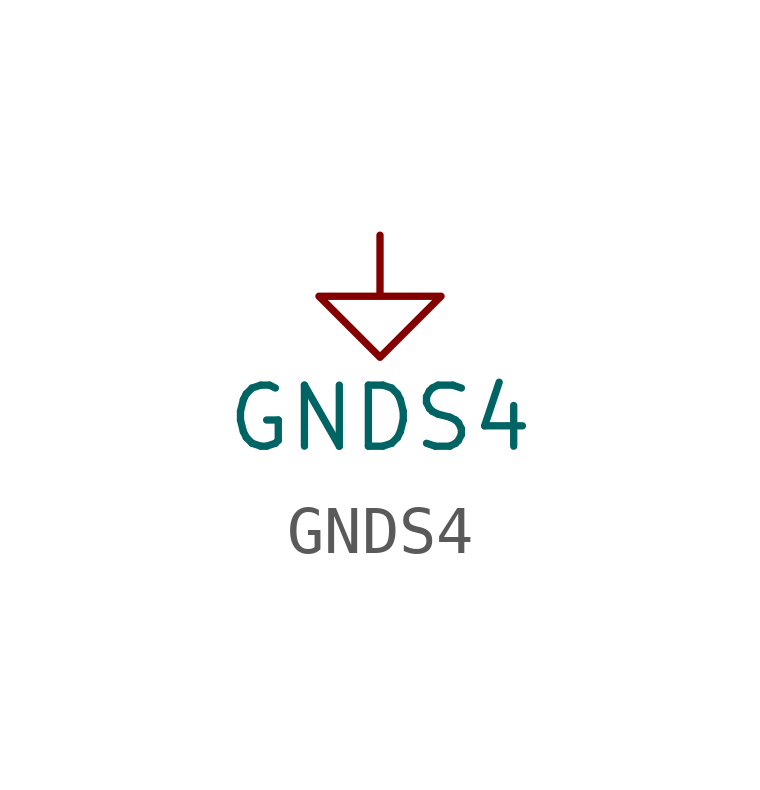
<source format=kicad_sym>
(kicad_symbol_lib
  (version 20220914)
  (generator kicad_symbol_editor)
  (symbol "GNDS4"
    (power)
    (pin_names
      (offset 0))
    (property "Reference" "#PWR"
      (at 0 -6.35 0)
      (effects (font (size 1.27 1.27)) hide))
    (property "Value" "GNDS4"
      (at 0 -3.81 0)
      (effects (font (size 1.27 1.27))))
    (symbol "GNDS4_0_1"
      (polyline (pts (xy 0 0) (xy 0 -1.27) (xy 1.27 -1.27) (xy 0 -2.54) (xy -1.27 -1.27) (xy 0 -1.27)) (stroke (width 0) (type default)) (fill (type none))))
    (symbol "GNDS4_1_1"
      (pin power_in line (at 0 0 270) (length 0) hide (name "GNDS4" (effects (font (size 1.27 1.27)))) (number "1" (effects (font (size 1.27 1.27))))))))
</source>
